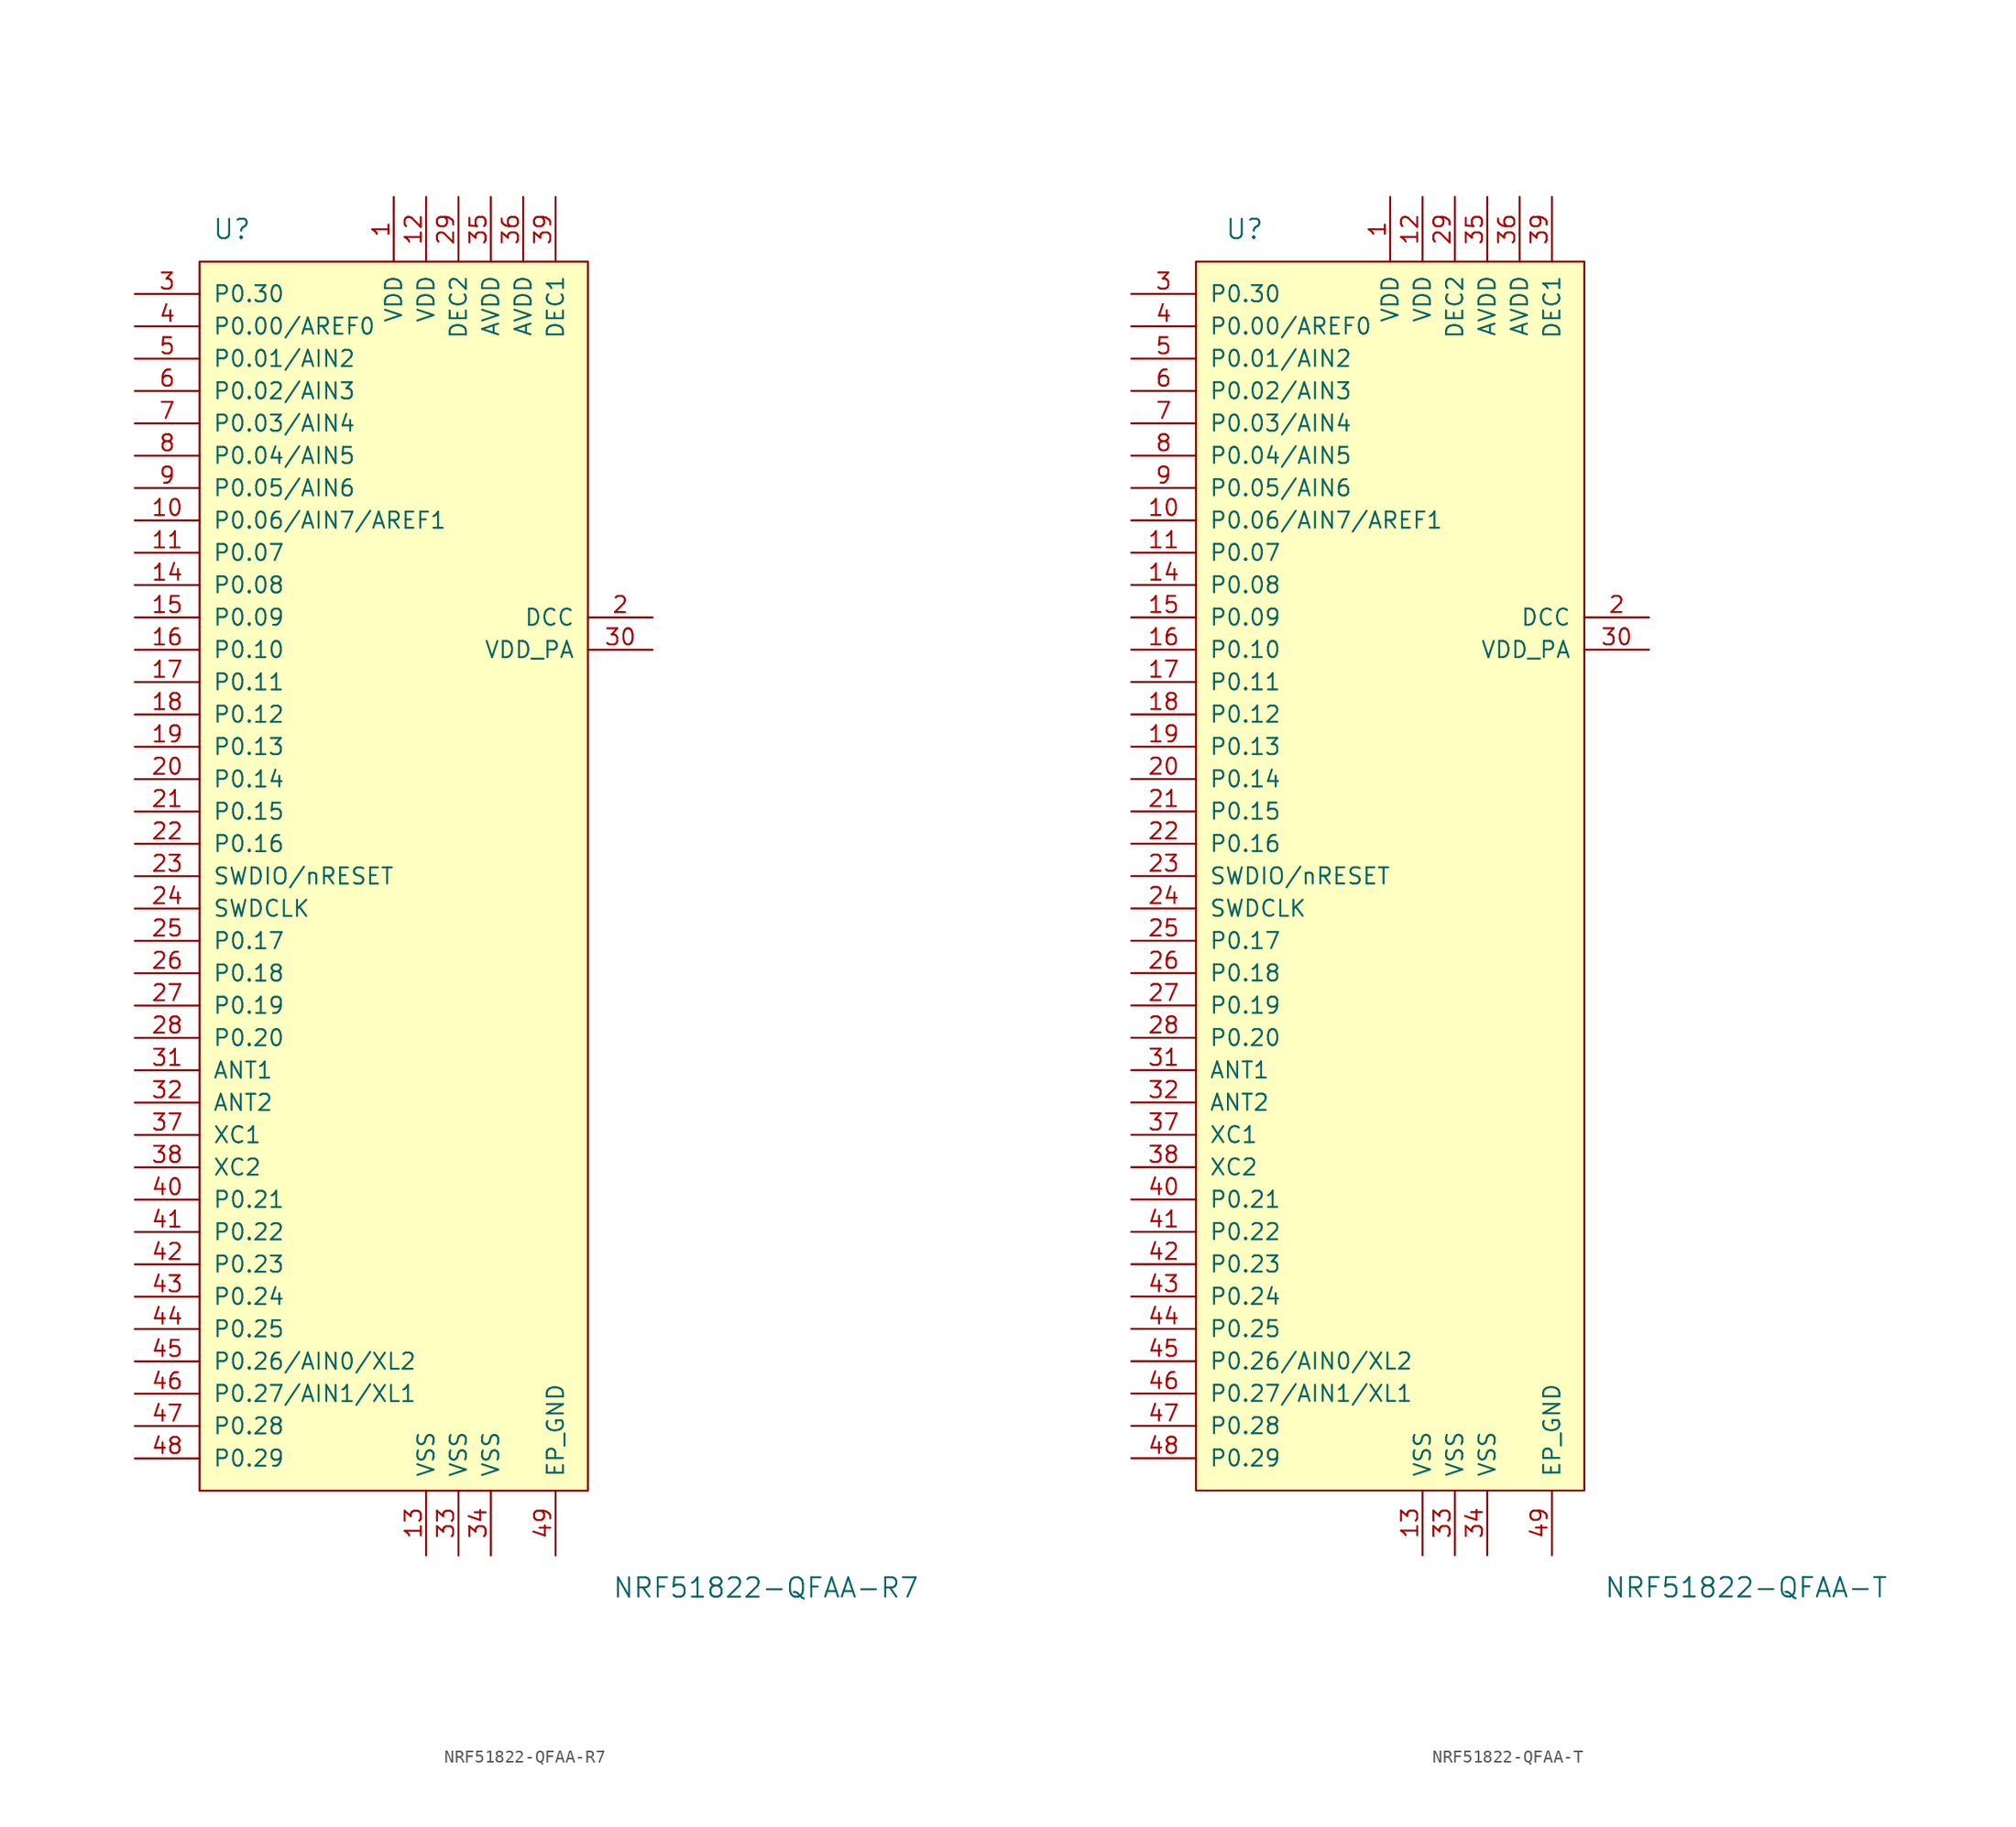
<source format=kicad_sym>
(kicad_symbol_lib
  (version 20201005)
  (generator kicad_symbol_editor)
  (symbol "NRF51822-QFAA-R7"
    (pin_names
      (offset 1.016))
    (property "Reference" "U"
      (at -17.78 45.72 0)
      (effects (font (size 1.524 1.524))))
    (property "Value" "NRF51822-QFAA-R7"
      (at 24.13 -60.96 0)
      (effects (font (size 1.524 1.524))))
    (symbol "NRF51822-QFAA-R7_0_1"
      (rectangle (start -20.32 43.18) (end 10.16 -53.34) (stroke (width 0)) (fill (type background))))
    (symbol "NRF51822-QFAA-R7_1_1"
      (pin power_in line (at -5.08 48.26 270) (length 5.08) (name "VDD" (effects (font (size 1.27 1.27)))) (number "1" (effects (font (size 1.27 1.27)))))
      (pin power_out line (at 15.24 15.24 180) (length 5.08) (name "DCC" (effects (font (size 1.27 1.27)))) (number "2" (effects (font (size 1.27 1.27)))))
      (pin bidirectional line (at -25.4 40.64 0) (length 5.08) (name "P0.30" (effects (font (size 1.27 1.27)))) (number "3" (effects (font (size 1.27 1.27)))))
      (pin bidirectional line (at -25.4 38.1 0) (length 5.08) (name "P0.00/AREF0" (effects (font (size 1.27 1.27)))) (number "4" (effects (font (size 1.27 1.27)))))
      (pin bidirectional line (at -25.4 35.56 0) (length 5.08) (name "P0.01/AIN2" (effects (font (size 1.27 1.27)))) (number "5" (effects (font (size 1.27 1.27)))))
      (pin bidirectional line (at -25.4 33.02 0) (length 5.08) (name "P0.02/AIN3" (effects (font (size 1.27 1.27)))) (number "6" (effects (font (size 1.27 1.27)))))
      (pin bidirectional line (at -25.4 30.48 0) (length 5.08) (name "P0.03/AIN4" (effects (font (size 1.27 1.27)))) (number "7" (effects (font (size 1.27 1.27)))))
      (pin bidirectional line (at -25.4 27.94 0) (length 5.08) (name "P0.04/AIN5" (effects (font (size 1.27 1.27)))) (number "8" (effects (font (size 1.27 1.27)))))
      (pin bidirectional line (at -25.4 25.4 0) (length 5.08) (name "P0.05/AIN6" (effects (font (size 1.27 1.27)))) (number "9" (effects (font (size 1.27 1.27)))))
      (pin bidirectional line (at -25.4 22.86 0) (length 5.08) (name "P0.06/AIN7/AREF1" (effects (font (size 1.27 1.27)))) (number "10" (effects (font (size 1.27 1.27)))))
      (pin bidirectional line (at -25.4 2.54 0) (length 5.08) (name "P0.14" (effects (font (size 1.27 1.27)))) (number "20" (effects (font (size 1.27 1.27)))))
      (pin power_out line (at 15.24 12.7 180) (length 5.08) (name "VDD_PA" (effects (font (size 1.27 1.27)))) (number "30" (effects (font (size 1.27 1.27)))))
      (pin bidirectional line (at -25.4 -30.48 0) (length 5.08) (name "P0.21" (effects (font (size 1.27 1.27)))) (number "40" (effects (font (size 1.27 1.27)))))
      (pin bidirectional line (at -25.4 20.32 0) (length 5.08) (name "P0.07" (effects (font (size 1.27 1.27)))) (number "11" (effects (font (size 1.27 1.27)))))
      (pin bidirectional line (at -25.4 0 0) (length 5.08) (name "P0.15" (effects (font (size 1.27 1.27)))) (number "21" (effects (font (size 1.27 1.27)))))
      (pin input line (at -25.4 -20.32 0) (length 5.08) (name "ANT1" (effects (font (size 1.27 1.27)))) (number "31" (effects (font (size 1.27 1.27)))))
      (pin bidirectional line (at -25.4 -33.02 0) (length 5.08) (name "P0.22" (effects (font (size 1.27 1.27)))) (number "41" (effects (font (size 1.27 1.27)))))
      (pin power_in line (at -2.54 48.26 270) (length 5.08) (name "VDD" (effects (font (size 1.27 1.27)))) (number "12" (effects (font (size 1.27 1.27)))))
      (pin bidirectional line (at -25.4 -2.54 0) (length 5.08) (name "P0.16" (effects (font (size 1.27 1.27)))) (number "22" (effects (font (size 1.27 1.27)))))
      (pin input line (at -25.4 -22.86 0) (length 5.08) (name "ANT2" (effects (font (size 1.27 1.27)))) (number "32" (effects (font (size 1.27 1.27)))))
      (pin bidirectional line (at -25.4 -35.56 0) (length 5.08) (name "P0.23" (effects (font (size 1.27 1.27)))) (number "42" (effects (font (size 1.27 1.27)))))
      (pin power_in line (at -2.54 -58.42 90) (length 5.08) (name "VSS" (effects (font (size 1.27 1.27)))) (number "13" (effects (font (size 1.27 1.27)))))
      (pin bidirectional line (at -25.4 -5.08 0) (length 5.08) (name "SWDIO/nRESET" (effects (font (size 1.27 1.27)))) (number "23" (effects (font (size 1.27 1.27)))))
      (pin power_in line (at 0 -58.42 90) (length 5.08) (name "VSS" (effects (font (size 1.27 1.27)))) (number "33" (effects (font (size 1.27 1.27)))))
      (pin bidirectional line (at -25.4 -38.1 0) (length 5.08) (name "P0.24" (effects (font (size 1.27 1.27)))) (number "43" (effects (font (size 1.27 1.27)))))
      (pin bidirectional line (at -25.4 17.78 0) (length 5.08) (name "P0.08" (effects (font (size 1.27 1.27)))) (number "14" (effects (font (size 1.27 1.27)))))
      (pin input line (at -25.4 -7.62 0) (length 5.08) (name "SWDCLK" (effects (font (size 1.27 1.27)))) (number "24" (effects (font (size 1.27 1.27)))))
      (pin power_in line (at 2.54 -58.42 90) (length 5.08) (name "VSS" (effects (font (size 1.27 1.27)))) (number "34" (effects (font (size 1.27 1.27)))))
      (pin bidirectional line (at -25.4 -40.64 0) (length 5.08) (name "P0.25" (effects (font (size 1.27 1.27)))) (number "44" (effects (font (size 1.27 1.27)))))
      (pin bidirectional line (at -25.4 15.24 0) (length 5.08) (name "P0.09" (effects (font (size 1.27 1.27)))) (number "15" (effects (font (size 1.27 1.27)))))
      (pin bidirectional line (at -25.4 -10.16 0) (length 5.08) (name "P0.17" (effects (font (size 1.27 1.27)))) (number "25" (effects (font (size 1.27 1.27)))))
      (pin power_in line (at 2.54 48.26 270) (length 5.08) (name "AVDD" (effects (font (size 1.27 1.27)))) (number "35" (effects (font (size 1.27 1.27)))))
      (pin bidirectional line (at -25.4 -43.18 0) (length 5.08) (name "P0.26/AIN0/XL2" (effects (font (size 1.27 1.27)))) (number "45" (effects (font (size 1.27 1.27)))))
      (pin bidirectional line (at -25.4 12.7 0) (length 5.08) (name "P0.10" (effects (font (size 1.27 1.27)))) (number "16" (effects (font (size 1.27 1.27)))))
      (pin bidirectional line (at -25.4 -12.7 0) (length 5.08) (name "P0.18" (effects (font (size 1.27 1.27)))) (number "26" (effects (font (size 1.27 1.27)))))
      (pin power_in line (at 5.08 48.26 270) (length 5.08) (name "AVDD" (effects (font (size 1.27 1.27)))) (number "36" (effects (font (size 1.27 1.27)))))
      (pin bidirectional line (at -25.4 -45.72 0) (length 5.08) (name "P0.27/AIN1/XL1" (effects (font (size 1.27 1.27)))) (number "46" (effects (font (size 1.27 1.27)))))
      (pin bidirectional line (at -25.4 10.16 0) (length 5.08) (name "P0.11" (effects (font (size 1.27 1.27)))) (number "17" (effects (font (size 1.27 1.27)))))
      (pin bidirectional line (at -25.4 -15.24 0) (length 5.08) (name "P0.19" (effects (font (size 1.27 1.27)))) (number "27" (effects (font (size 1.27 1.27)))))
      (pin input line (at -25.4 -25.4 0) (length 5.08) (name "XC1" (effects (font (size 1.27 1.27)))) (number "37" (effects (font (size 1.27 1.27)))))
      (pin bidirectional line (at -25.4 -48.26 0) (length 5.08) (name "P0.28" (effects (font (size 1.27 1.27)))) (number "47" (effects (font (size 1.27 1.27)))))
      (pin bidirectional line (at -25.4 7.62 0) (length 5.08) (name "P0.12" (effects (font (size 1.27 1.27)))) (number "18" (effects (font (size 1.27 1.27)))))
      (pin bidirectional line (at -25.4 -17.78 0) (length 5.08) (name "P0.20" (effects (font (size 1.27 1.27)))) (number "28" (effects (font (size 1.27 1.27)))))
      (pin input line (at -25.4 -27.94 0) (length 5.08) (name "XC2" (effects (font (size 1.27 1.27)))) (number "38" (effects (font (size 1.27 1.27)))))
      (pin bidirectional line (at -25.4 -50.8 0) (length 5.08) (name "P0.29" (effects (font (size 1.27 1.27)))) (number "48" (effects (font (size 1.27 1.27)))))
      (pin bidirectional line (at -25.4 5.08 0) (length 5.08) (name "P0.13" (effects (font (size 1.27 1.27)))) (number "19" (effects (font (size 1.27 1.27)))))
      (pin power_in line (at 0 48.26 270) (length 5.08) (name "DEC2" (effects (font (size 1.27 1.27)))) (number "29" (effects (font (size 1.27 1.27)))))
      (pin power_in line (at 7.62 48.26 270) (length 5.08) (name "DEC1" (effects (font (size 1.27 1.27)))) (number "39" (effects (font (size 1.27 1.27)))))
      (pin power_in line (at 7.62 -58.42 90) (length 5.08) (name "EP_GND" (effects (font (size 1.27 1.27)))) (number "49" (effects (font (size 1.27 1.27)))))))
  (symbol "NRF51822-QFAA-T"
    (pin_names
      (offset 1.016))
    (property "Reference" "U"
      (at -16.51 45.72 0)
      (effects (font (size 1.524 1.524))))
    (property "Value" "NRF51822-QFAA-T"
      (at 22.86 -60.96 0)
      (effects (font (size 1.524 1.524))))
    (symbol "NRF51822-QFAA-T_0_1"
      (rectangle (start -20.32 43.18) (end 10.16 -53.34) (stroke (width 0)) (fill (type background))))
    (symbol "NRF51822-QFAA-T_1_1"
      (pin power_in line (at -5.08 48.26 270) (length 5.08) (name "VDD" (effects (font (size 1.27 1.27)))) (number "1" (effects (font (size 1.27 1.27)))))
      (pin power_out line (at 15.24 15.24 180) (length 5.08) (name "DCC" (effects (font (size 1.27 1.27)))) (number "2" (effects (font (size 1.27 1.27)))))
      (pin bidirectional line (at -25.4 40.64 0) (length 5.08) (name "P0.30" (effects (font (size 1.27 1.27)))) (number "3" (effects (font (size 1.27 1.27)))))
      (pin bidirectional line (at -25.4 38.1 0) (length 5.08) (name "P0.00/AREF0" (effects (font (size 1.27 1.27)))) (number "4" (effects (font (size 1.27 1.27)))))
      (pin bidirectional line (at -25.4 35.56 0) (length 5.08) (name "P0.01/AIN2" (effects (font (size 1.27 1.27)))) (number "5" (effects (font (size 1.27 1.27)))))
      (pin bidirectional line (at -25.4 33.02 0) (length 5.08) (name "P0.02/AIN3" (effects (font (size 1.27 1.27)))) (number "6" (effects (font (size 1.27 1.27)))))
      (pin bidirectional line (at -25.4 30.48 0) (length 5.08) (name "P0.03/AIN4" (effects (font (size 1.27 1.27)))) (number "7" (effects (font (size 1.27 1.27)))))
      (pin bidirectional line (at -25.4 27.94 0) (length 5.08) (name "P0.04/AIN5" (effects (font (size 1.27 1.27)))) (number "8" (effects (font (size 1.27 1.27)))))
      (pin bidirectional line (at -25.4 25.4 0) (length 5.08) (name "P0.05/AIN6" (effects (font (size 1.27 1.27)))) (number "9" (effects (font (size 1.27 1.27)))))
      (pin bidirectional line (at -25.4 22.86 0) (length 5.08) (name "P0.06/AIN7/AREF1" (effects (font (size 1.27 1.27)))) (number "10" (effects (font (size 1.27 1.27)))))
      (pin bidirectional line (at -25.4 2.54 0) (length 5.08) (name "P0.14" (effects (font (size 1.27 1.27)))) (number "20" (effects (font (size 1.27 1.27)))))
      (pin power_out line (at 15.24 12.7 180) (length 5.08) (name "VDD_PA" (effects (font (size 1.27 1.27)))) (number "30" (effects (font (size 1.27 1.27)))))
      (pin bidirectional line (at -25.4 -30.48 0) (length 5.08) (name "P0.21" (effects (font (size 1.27 1.27)))) (number "40" (effects (font (size 1.27 1.27)))))
      (pin bidirectional line (at -25.4 20.32 0) (length 5.08) (name "P0.07" (effects (font (size 1.27 1.27)))) (number "11" (effects (font (size 1.27 1.27)))))
      (pin bidirectional line (at -25.4 0 0) (length 5.08) (name "P0.15" (effects (font (size 1.27 1.27)))) (number "21" (effects (font (size 1.27 1.27)))))
      (pin input line (at -25.4 -20.32 0) (length 5.08) (name "ANT1" (effects (font (size 1.27 1.27)))) (number "31" (effects (font (size 1.27 1.27)))))
      (pin bidirectional line (at -25.4 -33.02 0) (length 5.08) (name "P0.22" (effects (font (size 1.27 1.27)))) (number "41" (effects (font (size 1.27 1.27)))))
      (pin power_in line (at -2.54 48.26 270) (length 5.08) (name "VDD" (effects (font (size 1.27 1.27)))) (number "12" (effects (font (size 1.27 1.27)))))
      (pin bidirectional line (at -25.4 -2.54 0) (length 5.08) (name "P0.16" (effects (font (size 1.27 1.27)))) (number "22" (effects (font (size 1.27 1.27)))))
      (pin input line (at -25.4 -22.86 0) (length 5.08) (name "ANT2" (effects (font (size 1.27 1.27)))) (number "32" (effects (font (size 1.27 1.27)))))
      (pin bidirectional line (at -25.4 -35.56 0) (length 5.08) (name "P0.23" (effects (font (size 1.27 1.27)))) (number "42" (effects (font (size 1.27 1.27)))))
      (pin power_in line (at -2.54 -58.42 90) (length 5.08) (name "VSS" (effects (font (size 1.27 1.27)))) (number "13" (effects (font (size 1.27 1.27)))))
      (pin bidirectional line (at -25.4 -5.08 0) (length 5.08) (name "SWDIO/nRESET" (effects (font (size 1.27 1.27)))) (number "23" (effects (font (size 1.27 1.27)))))
      (pin power_in line (at 0 -58.42 90) (length 5.08) (name "VSS" (effects (font (size 1.27 1.27)))) (number "33" (effects (font (size 1.27 1.27)))))
      (pin bidirectional line (at -25.4 -38.1 0) (length 5.08) (name "P0.24" (effects (font (size 1.27 1.27)))) (number "43" (effects (font (size 1.27 1.27)))))
      (pin bidirectional line (at -25.4 17.78 0) (length 5.08) (name "P0.08" (effects (font (size 1.27 1.27)))) (number "14" (effects (font (size 1.27 1.27)))))
      (pin input line (at -25.4 -7.62 0) (length 5.08) (name "SWDCLK" (effects (font (size 1.27 1.27)))) (number "24" (effects (font (size 1.27 1.27)))))
      (pin power_in line (at 2.54 -58.42 90) (length 5.08) (name "VSS" (effects (font (size 1.27 1.27)))) (number "34" (effects (font (size 1.27 1.27)))))
      (pin bidirectional line (at -25.4 -40.64 0) (length 5.08) (name "P0.25" (effects (font (size 1.27 1.27)))) (number "44" (effects (font (size 1.27 1.27)))))
      (pin bidirectional line (at -25.4 15.24 0) (length 5.08) (name "P0.09" (effects (font (size 1.27 1.27)))) (number "15" (effects (font (size 1.27 1.27)))))
      (pin bidirectional line (at -25.4 -10.16 0) (length 5.08) (name "P0.17" (effects (font (size 1.27 1.27)))) (number "25" (effects (font (size 1.27 1.27)))))
      (pin power_in line (at 2.54 48.26 270) (length 5.08) (name "AVDD" (effects (font (size 1.27 1.27)))) (number "35" (effects (font (size 1.27 1.27)))))
      (pin bidirectional line (at -25.4 -43.18 0) (length 5.08) (name "P0.26/AIN0/XL2" (effects (font (size 1.27 1.27)))) (number "45" (effects (font (size 1.27 1.27)))))
      (pin bidirectional line (at -25.4 12.7 0) (length 5.08) (name "P0.10" (effects (font (size 1.27 1.27)))) (number "16" (effects (font (size 1.27 1.27)))))
      (pin bidirectional line (at -25.4 -12.7 0) (length 5.08) (name "P0.18" (effects (font (size 1.27 1.27)))) (number "26" (effects (font (size 1.27 1.27)))))
      (pin power_in line (at 5.08 48.26 270) (length 5.08) (name "AVDD" (effects (font (size 1.27 1.27)))) (number "36" (effects (font (size 1.27 1.27)))))
      (pin bidirectional line (at -25.4 -45.72 0) (length 5.08) (name "P0.27/AIN1/XL1" (effects (font (size 1.27 1.27)))) (number "46" (effects (font (size 1.27 1.27)))))
      (pin bidirectional line (at -25.4 10.16 0) (length 5.08) (name "P0.11" (effects (font (size 1.27 1.27)))) (number "17" (effects (font (size 1.27 1.27)))))
      (pin bidirectional line (at -25.4 -15.24 0) (length 5.08) (name "P0.19" (effects (font (size 1.27 1.27)))) (number "27" (effects (font (size 1.27 1.27)))))
      (pin input line (at -25.4 -25.4 0) (length 5.08) (name "XC1" (effects (font (size 1.27 1.27)))) (number "37" (effects (font (size 1.27 1.27)))))
      (pin bidirectional line (at -25.4 -48.26 0) (length 5.08) (name "P0.28" (effects (font (size 1.27 1.27)))) (number "47" (effects (font (size 1.27 1.27)))))
      (pin bidirectional line (at -25.4 7.62 0) (length 5.08) (name "P0.12" (effects (font (size 1.27 1.27)))) (number "18" (effects (font (size 1.27 1.27)))))
      (pin bidirectional line (at -25.4 -17.78 0) (length 5.08) (name "P0.20" (effects (font (size 1.27 1.27)))) (number "28" (effects (font (size 1.27 1.27)))))
      (pin input line (at -25.4 -27.94 0) (length 5.08) (name "XC2" (effects (font (size 1.27 1.27)))) (number "38" (effects (font (size 1.27 1.27)))))
      (pin bidirectional line (at -25.4 -50.8 0) (length 5.08) (name "P0.29" (effects (font (size 1.27 1.27)))) (number "48" (effects (font (size 1.27 1.27)))))
      (pin bidirectional line (at -25.4 5.08 0) (length 5.08) (name "P0.13" (effects (font (size 1.27 1.27)))) (number "19" (effects (font (size 1.27 1.27)))))
      (pin power_in line (at 0 48.26 270) (length 5.08) (name "DEC2" (effects (font (size 1.27 1.27)))) (number "29" (effects (font (size 1.27 1.27)))))
      (pin power_in line (at 7.62 48.26 270) (length 5.08) (name "DEC1" (effects (font (size 1.27 1.27)))) (number "39" (effects (font (size 1.27 1.27)))))
      (pin power_in line (at 7.62 -58.42 90) (length 5.08) (name "EP_GND" (effects (font (size 1.27 1.27)))) (number "49" (effects (font (size 1.27 1.27))))))))
</source>
